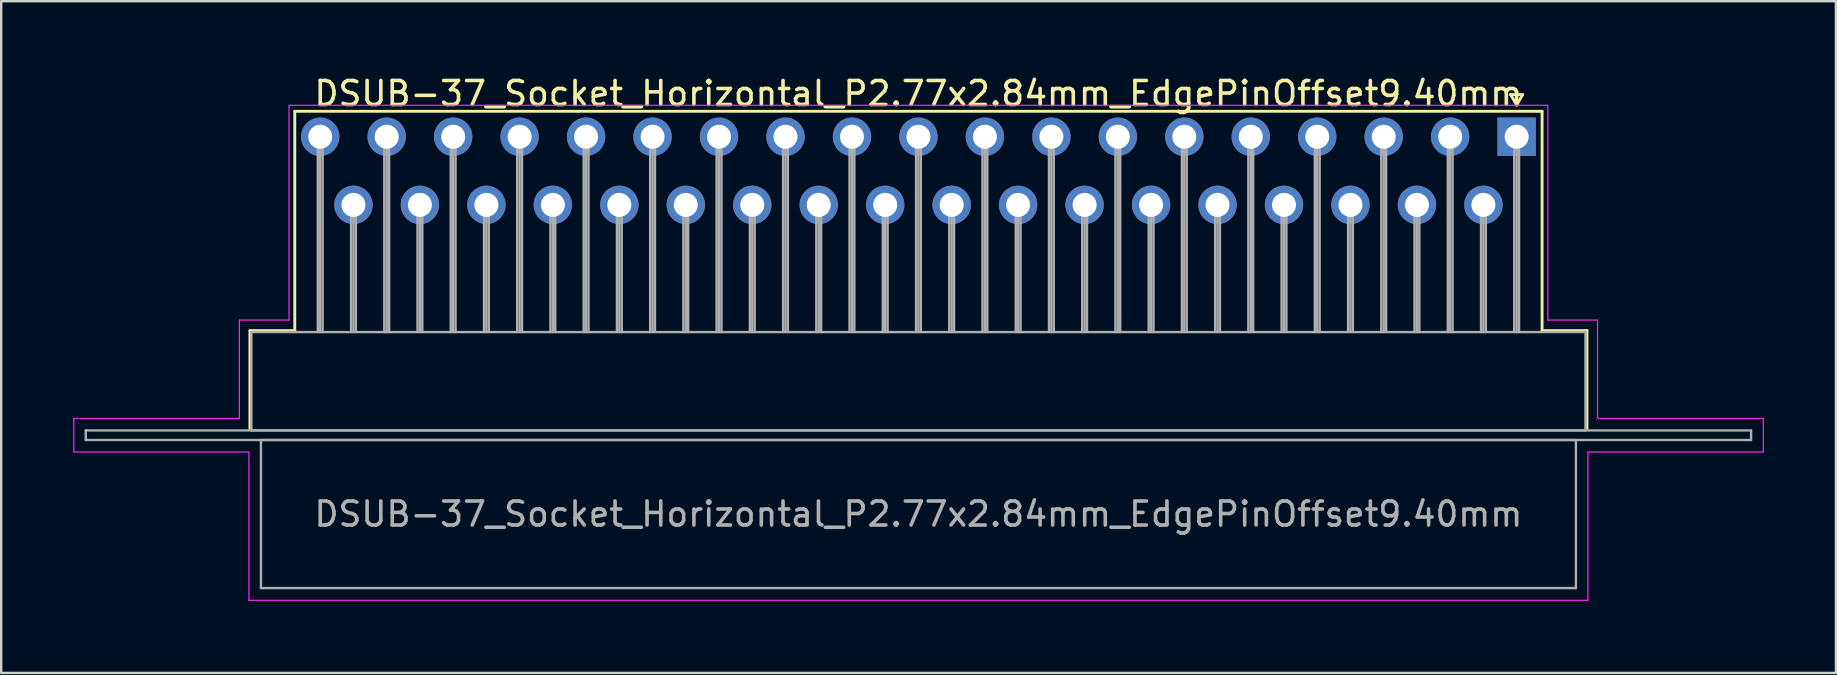
<source format=kicad_pcb>
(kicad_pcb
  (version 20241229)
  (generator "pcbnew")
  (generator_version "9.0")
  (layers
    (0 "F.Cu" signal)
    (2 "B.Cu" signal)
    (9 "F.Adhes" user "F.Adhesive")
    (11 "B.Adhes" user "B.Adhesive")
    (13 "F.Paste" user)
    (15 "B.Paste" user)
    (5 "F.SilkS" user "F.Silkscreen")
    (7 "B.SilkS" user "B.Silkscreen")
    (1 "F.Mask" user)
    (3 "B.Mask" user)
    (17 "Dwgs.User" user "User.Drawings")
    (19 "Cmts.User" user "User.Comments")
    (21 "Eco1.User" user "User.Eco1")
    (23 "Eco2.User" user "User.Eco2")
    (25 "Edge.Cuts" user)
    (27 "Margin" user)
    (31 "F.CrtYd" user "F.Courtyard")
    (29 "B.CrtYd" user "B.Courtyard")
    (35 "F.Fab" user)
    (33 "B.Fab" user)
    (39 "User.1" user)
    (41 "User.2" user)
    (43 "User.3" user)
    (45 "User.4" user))
  (footprint "DSUB-37_Socket_Horizontal_P2.77x2.84mm_EdgePinOffset9.40mm"
    (layer "F.Cu")
    (at 60.155 2.648)
    (property "Reference" "DSUB-37_Socket_Horizontal_P2.77x2.84mm_EdgePinOffset9.40mm" (at -24.93 -1.8 0) (layer "F.SilkS") (effects (font (size 1 1) (thickness 0.15))))
    (attr through_hole)
    (fp_line (start -52.79 8.08) (end -50.92 8.08) (stroke (width 0.12) (type solid)) (layer "F.SilkS"))
    (fp_line (start -52.79 12.18) (end -52.79 8.08) (stroke (width 0.12) (type solid)) (layer "F.SilkS"))
    (fp_line (start -50.92 -1.06) (end 1.06 -1.06) (stroke (width 0.12) (type solid)) (layer "F.SilkS"))
    (fp_line (start -50.92 8.08) (end -50.92 -1.06) (stroke (width 0.12) (type solid)) (layer "F.SilkS"))
    (fp_line (start -0.25 -1.754) (end 0.25 -1.754) (stroke (width 0.12) (type solid)) (layer "F.SilkS"))
    (fp_line (start 0 -1.321) (end -0.25 -1.754) (stroke (width 0.12) (type solid)) (layer "F.SilkS"))
    (fp_line (start 0.25 -1.754) (end 0 -1.321) (stroke (width 0.12) (type solid)) (layer "F.SilkS"))
    (fp_line (start 1.06 -1.06) (end 1.06 8.08) (stroke (width 0.12) (type solid)) (layer "F.SilkS"))
    (fp_line (start 1.06 8.08) (end 2.93 8.08) (stroke (width 0.12) (type solid)) (layer "F.SilkS"))
    (fp_line (start 2.93 8.08) (end 2.93 12.18) (stroke (width 0.12) (type solid)) (layer "F.SilkS"))
    (fp_line (start -60.13 11.74) (end -53.23 11.74) (stroke (width 0.05) (type solid)) (layer "F.CrtYd"))
    (fp_line (start -60.13 13.14) (end -60.13 11.74) (stroke (width 0.05) (type solid)) (layer "F.CrtYd"))
    (fp_line (start -53.23 7.64) (end -51.16 7.64) (stroke (width 0.05) (type solid)) (layer "F.CrtYd"))
    (fp_line (start -53.23 11.74) (end -53.23 7.64) (stroke (width 0.05) (type solid)) (layer "F.CrtYd"))
    (fp_line (start -52.83 13.14) (end -60.13 13.14) (stroke (width 0.05) (type solid)) (layer "F.CrtYd"))
    (fp_line (start -52.83 19.32) (end -52.83 13.14) (stroke (width 0.05) (type solid)) (layer "F.CrtYd"))
    (fp_line (start -51.16 -1.31) (end 1.3 -1.31) (stroke (width 0.05) (type solid)) (layer "F.CrtYd"))
    (fp_line (start -51.16 7.64) (end -51.16 -1.31) (stroke (width 0.05) (type solid)) (layer "F.CrtYd"))
    (fp_line (start 1.3 -1.31) (end 1.3 7.64) (stroke (width 0.05) (type solid)) (layer "F.CrtYd"))
    (fp_line (start 1.3 7.64) (end 3.37 7.64) (stroke (width 0.05) (type solid)) (layer "F.CrtYd"))
    (fp_line (start 2.97 13.14) (end 2.97 19.32) (stroke (width 0.05) (type solid)) (layer "F.CrtYd"))
    (fp_line (start 2.97 19.32) (end -52.83 19.32) (stroke (width 0.05) (type solid)) (layer "F.CrtYd"))
    (fp_line (start 3.37 7.64) (end 3.37 11.74) (stroke (width 0.05) (type solid)) (layer "F.CrtYd"))
    (fp_line (start 3.37 11.74) (end 10.28 11.74) (stroke (width 0.05) (type solid)) (layer "F.CrtYd"))
    (fp_line (start 10.28 11.74) (end 10.28 13.14) (stroke (width 0.05) (type solid)) (layer "F.CrtYd"))
    (fp_line (start 10.28 13.14) (end 2.97 13.14) (stroke (width 0.05) (type solid)) (layer "F.CrtYd"))
    (fp_line (start -59.63 12.24) (end -59.63 12.64) (stroke (width 0.1) (type solid)) (layer "F.Fab"))
    (fp_line (start -59.63 12.64) (end 9.77 12.64) (stroke (width 0.1) (type solid)) (layer "F.Fab"))
    (fp_line (start -52.73 8.14) (end -52.73 12.24) (stroke (width 0.1) (type solid)) (layer "F.Fab"))
    (fp_line (start -52.73 12.24) (end 2.87 12.24) (stroke (width 0.1) (type solid)) (layer "F.Fab"))
    (fp_line (start -52.33 12.64) (end -52.33 18.81) (stroke (width 0.1) (type solid)) (layer "F.Fab"))
    (fp_line (start -52.33 18.81) (end 2.47 18.81) (stroke (width 0.1) (type solid)) (layer "F.Fab"))
    (fp_line (start -49.96 0) (end -49.96 8.14) (stroke (width 0.1) (type solid)) (layer "F.Fab"))
    (fp_line (start -49.86 0) (end -49.86 8.14) (stroke (width 0.1) (type solid)) (layer "F.Fab"))
    (fp_line (start -49.76 0) (end -49.76 8.14) (stroke (width 0.1) (type solid)) (layer "F.Fab"))
    (fp_line (start -48.575 2.84) (end -48.575 8.14) (stroke (width 0.1) (type solid)) (layer "F.Fab"))
    (fp_line (start -48.475 2.84) (end -48.475 8.14) (stroke (width 0.1) (type solid)) (layer "F.Fab"))
    (fp_line (start -48.375 2.84) (end -48.375 8.14) (stroke (width 0.1) (type solid)) (layer "F.Fab"))
    (fp_line (start -47.19 0) (end -47.19 8.14) (stroke (width 0.1) (type solid)) (layer "F.Fab"))
    (fp_line (start -47.09 0) (end -47.09 8.14) (stroke (width 0.1) (type solid)) (layer "F.Fab"))
    (fp_line (start -46.99 0) (end -46.99 8.14) (stroke (width 0.1) (type solid)) (layer "F.Fab"))
    (fp_line (start -45.805 2.84) (end -45.805 8.14) (stroke (width 0.1) (type solid)) (layer "F.Fab"))
    (fp_line (start -45.705 2.84) (end -45.705 8.14) (stroke (width 0.1) (type solid)) (layer "F.Fab"))
    (fp_line (start -45.605 2.84) (end -45.605 8.14) (stroke (width 0.1) (type solid)) (layer "F.Fab"))
    (fp_line (start -44.42 0) (end -44.42 8.14) (stroke (width 0.1) (type solid)) (layer "F.Fab"))
    (fp_line (start -44.32 0) (end -44.32 8.14) (stroke (width 0.1) (type solid)) (layer "F.Fab"))
    (fp_line (start -44.22 0) (end -44.22 8.14) (stroke (width 0.1) (type solid)) (layer "F.Fab"))
    (fp_line (start -43.035 2.84) (end -43.035 8.14) (stroke (width 0.1) (type solid)) (layer "F.Fab"))
    (fp_line (start -42.935 2.84) (end -42.935 8.14) (stroke (width 0.1) (type solid)) (layer "F.Fab"))
    (fp_line (start -42.835 2.84) (end -42.835 8.14) (stroke (width 0.1) (type solid)) (layer "F.Fab"))
    (fp_line (start -41.65 0) (end -41.65 8.14) (stroke (width 0.1) (type solid)) (layer "F.Fab"))
    (fp_line (start -41.55 0) (end -41.55 8.14) (stroke (width 0.1) (type solid)) (layer "F.Fab"))
    (fp_line (start -41.45 0) (end -41.45 8.14) (stroke (width 0.1) (type solid)) (layer "F.Fab"))
    (fp_line (start -40.265 2.84) (end -40.265 8.14) (stroke (width 0.1) (type solid)) (layer "F.Fab"))
    (fp_line (start -40.165 2.84) (end -40.165 8.14) (stroke (width 0.1) (type solid)) (layer "F.Fab"))
    (fp_line (start -40.065 2.84) (end -40.065 8.14) (stroke (width 0.1) (type solid)) (layer "F.Fab"))
    (fp_line (start -38.88 0) (end -38.88 8.14) (stroke (width 0.1) (type solid)) (layer "F.Fab"))
    (fp_line (start -38.78 0) (end -38.78 8.14) (stroke (width 0.1) (type solid)) (layer "F.Fab"))
    (fp_line (start -38.68 0) (end -38.68 8.14) (stroke (width 0.1) (type solid)) (layer "F.Fab"))
    (fp_line (start -37.495 2.84) (end -37.495 8.14) (stroke (width 0.1) (type solid)) (layer "F.Fab"))
    (fp_line (start -37.395 2.84) (end -37.395 8.14) (stroke (width 0.1) (type solid)) (layer "F.Fab"))
    (fp_line (start -37.295 2.84) (end -37.295 8.14) (stroke (width 0.1) (type solid)) (layer "F.Fab"))
    (fp_line (start -36.11 0) (end -36.11 8.14) (stroke (width 0.1) (type solid)) (layer "F.Fab"))
    (fp_line (start -36.01 0) (end -36.01 8.14) (stroke (width 0.1) (type solid)) (layer "F.Fab"))
    (fp_line (start -35.91 0) (end -35.91 8.14) (stroke (width 0.1) (type solid)) (layer "F.Fab"))
    (fp_line (start -34.725 2.84) (end -34.725 8.14) (stroke (width 0.1) (type solid)) (layer "F.Fab"))
    (fp_line (start -34.625 2.84) (end -34.625 8.14) (stroke (width 0.1) (type solid)) (layer "F.Fab"))
    (fp_line (start -34.525 2.84) (end -34.525 8.14) (stroke (width 0.1) (type solid)) (layer "F.Fab"))
    (fp_line (start -33.34 0) (end -33.34 8.14) (stroke (width 0.1) (type solid)) (layer "F.Fab"))
    (fp_line (start -33.24 0) (end -33.24 8.14) (stroke (width 0.1) (type solid)) (layer "F.Fab"))
    (fp_line (start -33.14 0) (end -33.14 8.14) (stroke (width 0.1) (type solid)) (layer "F.Fab"))
    (fp_line (start -31.955 2.84) (end -31.955 8.14) (stroke (width 0.1) (type solid)) (layer "F.Fab"))
    (fp_line (start -31.855 2.84) (end -31.855 8.14) (stroke (width 0.1) (type solid)) (layer "F.Fab"))
    (fp_line (start -31.755 2.84) (end -31.755 8.14) (stroke (width 0.1) (type solid)) (layer "F.Fab"))
    (fp_line (start -30.57 0) (end -30.57 8.14) (stroke (width 0.1) (type solid)) (layer "F.Fab"))
    (fp_line (start -30.47 0) (end -30.47 8.14) (stroke (width 0.1) (type solid)) (layer "F.Fab"))
    (fp_line (start -30.37 0) (end -30.37 8.14) (stroke (width 0.1) (type solid)) (layer "F.Fab"))
    (fp_line (start -29.185 2.84) (end -29.185 8.14) (stroke (width 0.1) (type solid)) (layer "F.Fab"))
    (fp_line (start -29.085 2.84) (end -29.085 8.14) (stroke (width 0.1) (type solid)) (layer "F.Fab"))
    (fp_line (start -28.985 2.84) (end -28.985 8.14) (stroke (width 0.1) (type solid)) (layer "F.Fab"))
    (fp_line (start -27.8 0) (end -27.8 8.14) (stroke (width 0.1) (type solid)) (layer "F.Fab"))
    (fp_line (start -27.7 0) (end -27.7 8.14) (stroke (width 0.1) (type solid)) (layer "F.Fab"))
    (fp_line (start -27.6 0) (end -27.6 8.14) (stroke (width 0.1) (type solid)) (layer "F.Fab"))
    (fp_line (start -26.415 2.84) (end -26.415 8.14) (stroke (width 0.1) (type solid)) (layer "F.Fab"))
    (fp_line (start -26.315 2.84) (end -26.315 8.14) (stroke (width 0.1) (type solid)) (layer "F.Fab"))
    (fp_line (start -26.215 2.84) (end -26.215 8.14) (stroke (width 0.1) (type solid)) (layer "F.Fab"))
    (fp_line (start -25.03 0) (end -25.03 8.14) (stroke (width 0.1) (type solid)) (layer "F.Fab"))
    (fp_line (start -24.93 0) (end -24.93 8.14) (stroke (width 0.1) (type solid)) (layer "F.Fab"))
    (fp_line (start -24.83 0) (end -24.83 8.14) (stroke (width 0.1) (type solid)) (layer "F.Fab"))
    (fp_line (start -23.645 2.84) (end -23.645 8.14) (stroke (width 0.1) (type solid)) (layer "F.Fab"))
    (fp_line (start -23.545 2.84) (end -23.545 8.14) (stroke (width 0.1) (type solid)) (layer "F.Fab"))
    (fp_line (start -23.445 2.84) (end -23.445 8.14) (stroke (width 0.1) (type solid)) (layer "F.Fab"))
    (fp_line (start -22.26 0) (end -22.26 8.14) (stroke (width 0.1) (type solid)) (layer "F.Fab"))
    (fp_line (start -22.16 0) (end -22.16 8.14) (stroke (width 0.1) (type solid)) (layer "F.Fab"))
    (fp_line (start -22.06 0) (end -22.06 8.14) (stroke (width 0.1) (type solid)) (layer "F.Fab"))
    (fp_line (start -20.875 2.84) (end -20.875 8.14) (stroke (width 0.1) (type solid)) (layer "F.Fab"))
    (fp_line (start -20.775 2.84) (end -20.775 8.14) (stroke (width 0.1) (type solid)) (layer "F.Fab"))
    (fp_line (start -20.675 2.84) (end -20.675 8.14) (stroke (width 0.1) (type solid)) (layer "F.Fab"))
    (fp_line (start -19.49 0) (end -19.49 8.14) (stroke (width 0.1) (type solid)) (layer "F.Fab"))
    (fp_line (start -19.39 0) (end -19.39 8.14) (stroke (width 0.1) (type solid)) (layer "F.Fab"))
    (fp_line (start -19.29 0) (end -19.29 8.14) (stroke (width 0.1) (type solid)) (layer "F.Fab"))
    (fp_line (start -18.105 2.84) (end -18.105 8.14) (stroke (width 0.1) (type solid)) (layer "F.Fab"))
    (fp_line (start -18.005 2.84) (end -18.005 8.14) (stroke (width 0.1) (type solid)) (layer "F.Fab"))
    (fp_line (start -17.905 2.84) (end -17.905 8.14) (stroke (width 0.1) (type solid)) (layer "F.Fab"))
    (fp_line (start -16.72 0) (end -16.72 8.14) (stroke (width 0.1) (type solid)) (layer "F.Fab"))
    (fp_line (start -16.62 0) (end -16.62 8.14) (stroke (width 0.1) (type solid)) (layer "F.Fab"))
    (fp_line (start -16.52 0) (end -16.52 8.14) (stroke (width 0.1) (type solid)) (layer "F.Fab"))
    (fp_line (start -15.335 2.84) (end -15.335 8.14) (stroke (width 0.1) (type solid)) (layer "F.Fab"))
    (fp_line (start -15.235 2.84) (end -15.235 8.14) (stroke (width 0.1) (type solid)) (layer "F.Fab"))
    (fp_line (start -15.135 2.84) (end -15.135 8.14) (stroke (width 0.1) (type solid)) (layer "F.Fab"))
    (fp_line (start -13.95 0) (end -13.95 8.14) (stroke (width 0.1) (type solid)) (layer "F.Fab"))
    (fp_line (start -13.85 0) (end -13.85 8.14) (stroke (width 0.1) (type solid)) (layer "F.Fab"))
    (fp_line (start -13.75 0) (end -13.75 8.14) (stroke (width 0.1) (type solid)) (layer "F.Fab"))
    (fp_line (start -12.565 2.84) (end -12.565 8.14) (stroke (width 0.1) (type solid)) (layer "F.Fab"))
    (fp_line (start -12.465 2.84) (end -12.465 8.14) (stroke (width 0.1) (type solid)) (layer "F.Fab"))
    (fp_line (start -12.365 2.84) (end -12.365 8.14) (stroke (width 0.1) (type solid)) (layer "F.Fab"))
    (fp_line (start -11.18 0) (end -11.18 8.14) (stroke (width 0.1) (type solid)) (layer "F.Fab"))
    (fp_line (start -11.08 0) (end -11.08 8.14) (stroke (width 0.1) (type solid)) (layer "F.Fab"))
    (fp_line (start -10.98 0) (end -10.98 8.14) (stroke (width 0.1) (type solid)) (layer "F.Fab"))
    (fp_line (start -9.795 2.84) (end -9.795 8.14) (stroke (width 0.1) (type solid)) (layer "F.Fab"))
    (fp_line (start -9.695 2.84) (end -9.695 8.14) (stroke (width 0.1) (type solid)) (layer "F.Fab"))
    (fp_line (start -9.595 2.84) (end -9.595 8.14) (stroke (width 0.1) (type solid)) (layer "F.Fab"))
    (fp_line (start -8.41 0) (end -8.41 8.14) (stroke (width 0.1) (type solid)) (layer "F.Fab"))
    (fp_line (start -8.31 0) (end -8.31 8.14) (stroke (width 0.1) (type solid)) (layer "F.Fab"))
    (fp_line (start -8.21 0) (end -8.21 8.14) (stroke (width 0.1) (type solid)) (layer "F.Fab"))
    (fp_line (start -7.025 2.84) (end -7.025 8.14) (stroke (width 0.1) (type solid)) (layer "F.Fab"))
    (fp_line (start -6.925 2.84) (end -6.925 8.14) (stroke (width 0.1) (type solid)) (layer "F.Fab"))
    (fp_line (start -6.825 2.84) (end -6.825 8.14) (stroke (width 0.1) (type solid)) (layer "F.Fab"))
    (fp_line (start -5.64 0) (end -5.64 8.14) (stroke (width 0.1) (type solid)) (layer "F.Fab"))
    (fp_line (start -5.54 0) (end -5.54 8.14) (stroke (width 0.1) (type solid)) (layer "F.Fab"))
    (fp_line (start -5.44 0) (end -5.44 8.14) (stroke (width 0.1) (type solid)) (layer "F.Fab"))
    (fp_line (start -4.255 2.84) (end -4.255 8.14) (stroke (width 0.1) (type solid)) (layer "F.Fab"))
    (fp_line (start -4.155 2.84) (end -4.155 8.14) (stroke (width 0.1) (type solid)) (layer "F.Fab"))
    (fp_line (start -4.055 2.84) (end -4.055 8.14) (stroke (width 0.1) (type solid)) (layer "F.Fab"))
    (fp_line (start -2.87 0) (end -2.87 8.14) (stroke (width 0.1) (type solid)) (layer "F.Fab"))
    (fp_line (start -2.77 0) (end -2.77 8.14) (stroke (width 0.1) (type solid)) (layer "F.Fab"))
    (fp_line (start -2.67 0) (end -2.67 8.14) (stroke (width 0.1) (type solid)) (layer "F.Fab"))
    (fp_line (start -1.485 2.84) (end -1.485 8.14) (stroke (width 0.1) (type solid)) (layer "F.Fab"))
    (fp_line (start -1.385 2.84) (end -1.385 8.14) (stroke (width 0.1) (type solid)) (layer "F.Fab"))
    (fp_line (start -1.285 2.84) (end -1.285 8.14) (stroke (width 0.1) (type solid)) (layer "F.Fab"))
    (fp_line (start -0.1 0) (end -0.1 8.14) (stroke (width 0.1) (type solid)) (layer "F.Fab"))
    (fp_line (start 0 0) (end 0 8.14) (stroke (width 0.1) (type solid)) (layer "F.Fab"))
    (fp_line (start 0.1 0) (end 0.1 8.14) (stroke (width 0.1) (type solid)) (layer "F.Fab"))
    (fp_line (start 2.47 12.64) (end -52.33 12.64) (stroke (width 0.1) (type solid)) (layer "F.Fab"))
    (fp_line (start 2.47 18.81) (end 2.47 12.64) (stroke (width 0.1) (type solid)) (layer "F.Fab"))
    (fp_line (start 2.87 8.14) (end -52.73 8.14) (stroke (width 0.1) (type solid)) (layer "F.Fab"))
    (fp_line (start 2.87 12.24) (end 2.87 8.14) (stroke (width 0.1) (type solid)) (layer "F.Fab"))
    (fp_line (start 9.77 12.24) (end -59.63 12.24) (stroke (width 0.1) (type solid)) (layer "F.Fab"))
    (fp_line (start 9.77 12.64) (end 9.77 12.24) (stroke (width 0.1) (type solid)) (layer "F.Fab"))
    (fp_text user "${REFERENCE}" (at -24.93 15.725 0) (layer "F.Fab") (effects (font (size 1 1) (thickness 0.15))))
    (pad "1" thru_hole rect (at 0 0) (size 1.6 1.6) (drill 1) (layers "*.Cu" "*.Mask"))
    (pad "2" thru_hole circle (at -2.77 0) (size 1.6 1.6) (drill 1) (layers "*.Cu" "*.Mask"))
    (pad "3" thru_hole circle (at -5.54 0) (size 1.6 1.6) (drill 1) (layers "*.Cu" "*.Mask"))
    (pad "4" thru_hole circle (at -8.31 0) (size 1.6 1.6) (drill 1) (layers "*.Cu" "*.Mask"))
    (pad "5" thru_hole circle (at -11.08 0) (size 1.6 1.6) (drill 1) (layers "*.Cu" "*.Mask"))
    (pad "6" thru_hole circle (at -13.85 0) (size 1.6 1.6) (drill 1) (layers "*.Cu" "*.Mask"))
    (pad "7" thru_hole circle (at -16.62 0) (size 1.6 1.6) (drill 1) (layers "*.Cu" "*.Mask"))
    (pad "8" thru_hole circle (at -19.39 0) (size 1.6 1.6) (drill 1) (layers "*.Cu" "*.Mask"))
    (pad "9" thru_hole circle (at -22.16 0) (size 1.6 1.6) (drill 1) (layers "*.Cu" "*.Mask"))
    (pad "10" thru_hole circle (at -24.93 0) (size 1.6 1.6) (drill 1) (layers "*.Cu" "*.Mask"))
    (pad "11" thru_hole circle (at -27.7 0) (size 1.6 1.6) (drill 1) (layers "*.Cu" "*.Mask"))
    (pad "12" thru_hole circle (at -30.47 0) (size 1.6 1.6) (drill 1) (layers "*.Cu" "*.Mask"))
    (pad "13" thru_hole circle (at -33.24 0) (size 1.6 1.6) (drill 1) (layers "*.Cu" "*.Mask"))
    (pad "14" thru_hole circle (at -36.01 0) (size 1.6 1.6) (drill 1) (layers "*.Cu" "*.Mask"))
    (pad "15" thru_hole circle (at -38.78 0) (size 1.6 1.6) (drill 1) (layers "*.Cu" "*.Mask"))
    (pad "16" thru_hole circle (at -41.55 0) (size 1.6 1.6) (drill 1) (layers "*.Cu" "*.Mask"))
    (pad "17" thru_hole circle (at -44.32 0) (size 1.6 1.6) (drill 1) (layers "*.Cu" "*.Mask"))
    (pad "18" thru_hole circle (at -47.09 0) (size 1.6 1.6) (drill 1) (layers "*.Cu" "*.Mask"))
    (pad "19" thru_hole circle (at -49.86 0) (size 1.6 1.6) (drill 1) (layers "*.Cu" "*.Mask"))
    (pad "20" thru_hole circle (at -1.385 2.84) (size 1.6 1.6) (drill 1) (layers "*.Cu" "*.Mask"))
    (pad "21" thru_hole circle (at -4.155 2.84) (size 1.6 1.6) (drill 1) (layers "*.Cu" "*.Mask"))
    (pad "22" thru_hole circle (at -6.925 2.84) (size 1.6 1.6) (drill 1) (layers "*.Cu" "*.Mask"))
    (pad "23" thru_hole circle (at -9.695 2.84) (size 1.6 1.6) (drill 1) (layers "*.Cu" "*.Mask"))
    (pad "24" thru_hole circle (at -12.465 2.84) (size 1.6 1.6) (drill 1) (layers "*.Cu" "*.Mask"))
    (pad "25" thru_hole circle (at -15.235 2.84) (size 1.6 1.6) (drill 1) (layers "*.Cu" "*.Mask"))
    (pad "26" thru_hole circle (at -18.005 2.84) (size 1.6 1.6) (drill 1) (layers "*.Cu" "*.Mask"))
    (pad "27" thru_hole circle (at -20.775 2.84) (size 1.6 1.6) (drill 1) (layers "*.Cu" "*.Mask"))
    (pad "28" thru_hole circle (at -23.545 2.84) (size 1.6 1.6) (drill 1) (layers "*.Cu" "*.Mask"))
    (pad "29" thru_hole circle (at -26.315 2.84) (size 1.6 1.6) (drill 1) (layers "*.Cu" "*.Mask"))
    (pad "30" thru_hole circle (at -29.085 2.84) (size 1.6 1.6) (drill 1) (layers "*.Cu" "*.Mask"))
    (pad "31" thru_hole circle (at -31.855 2.84) (size 1.6 1.6) (drill 1) (layers "*.Cu" "*.Mask"))
    (pad "32" thru_hole circle (at -34.625 2.84) (size 1.6 1.6) (drill 1) (layers "*.Cu" "*.Mask"))
    (pad "33" thru_hole circle (at -37.395 2.84) (size 1.6 1.6) (drill 1) (layers "*.Cu" "*.Mask"))
    (pad "34" thru_hole circle (at -40.165 2.84) (size 1.6 1.6) (drill 1) (layers "*.Cu" "*.Mask"))
    (pad "35" thru_hole circle (at -42.935 2.84) (size 1.6 1.6) (drill 1) (layers "*.Cu" "*.Mask"))
    (pad "36" thru_hole circle (at -45.705 2.84) (size 1.6 1.6) (drill 1) (layers "*.Cu" "*.Mask"))
    (pad "37" thru_hole circle (at -48.475 2.84) (size 1.6 1.6) (drill 1) (layers "*.Cu" "*.Mask")))
  (gr_rect
    (start -3 -3)
    (end 73.46 24.993)
    (stroke (width 0.1) (type default))
    (fill no)
    (layer "Edge.Cuts")))
</source>
